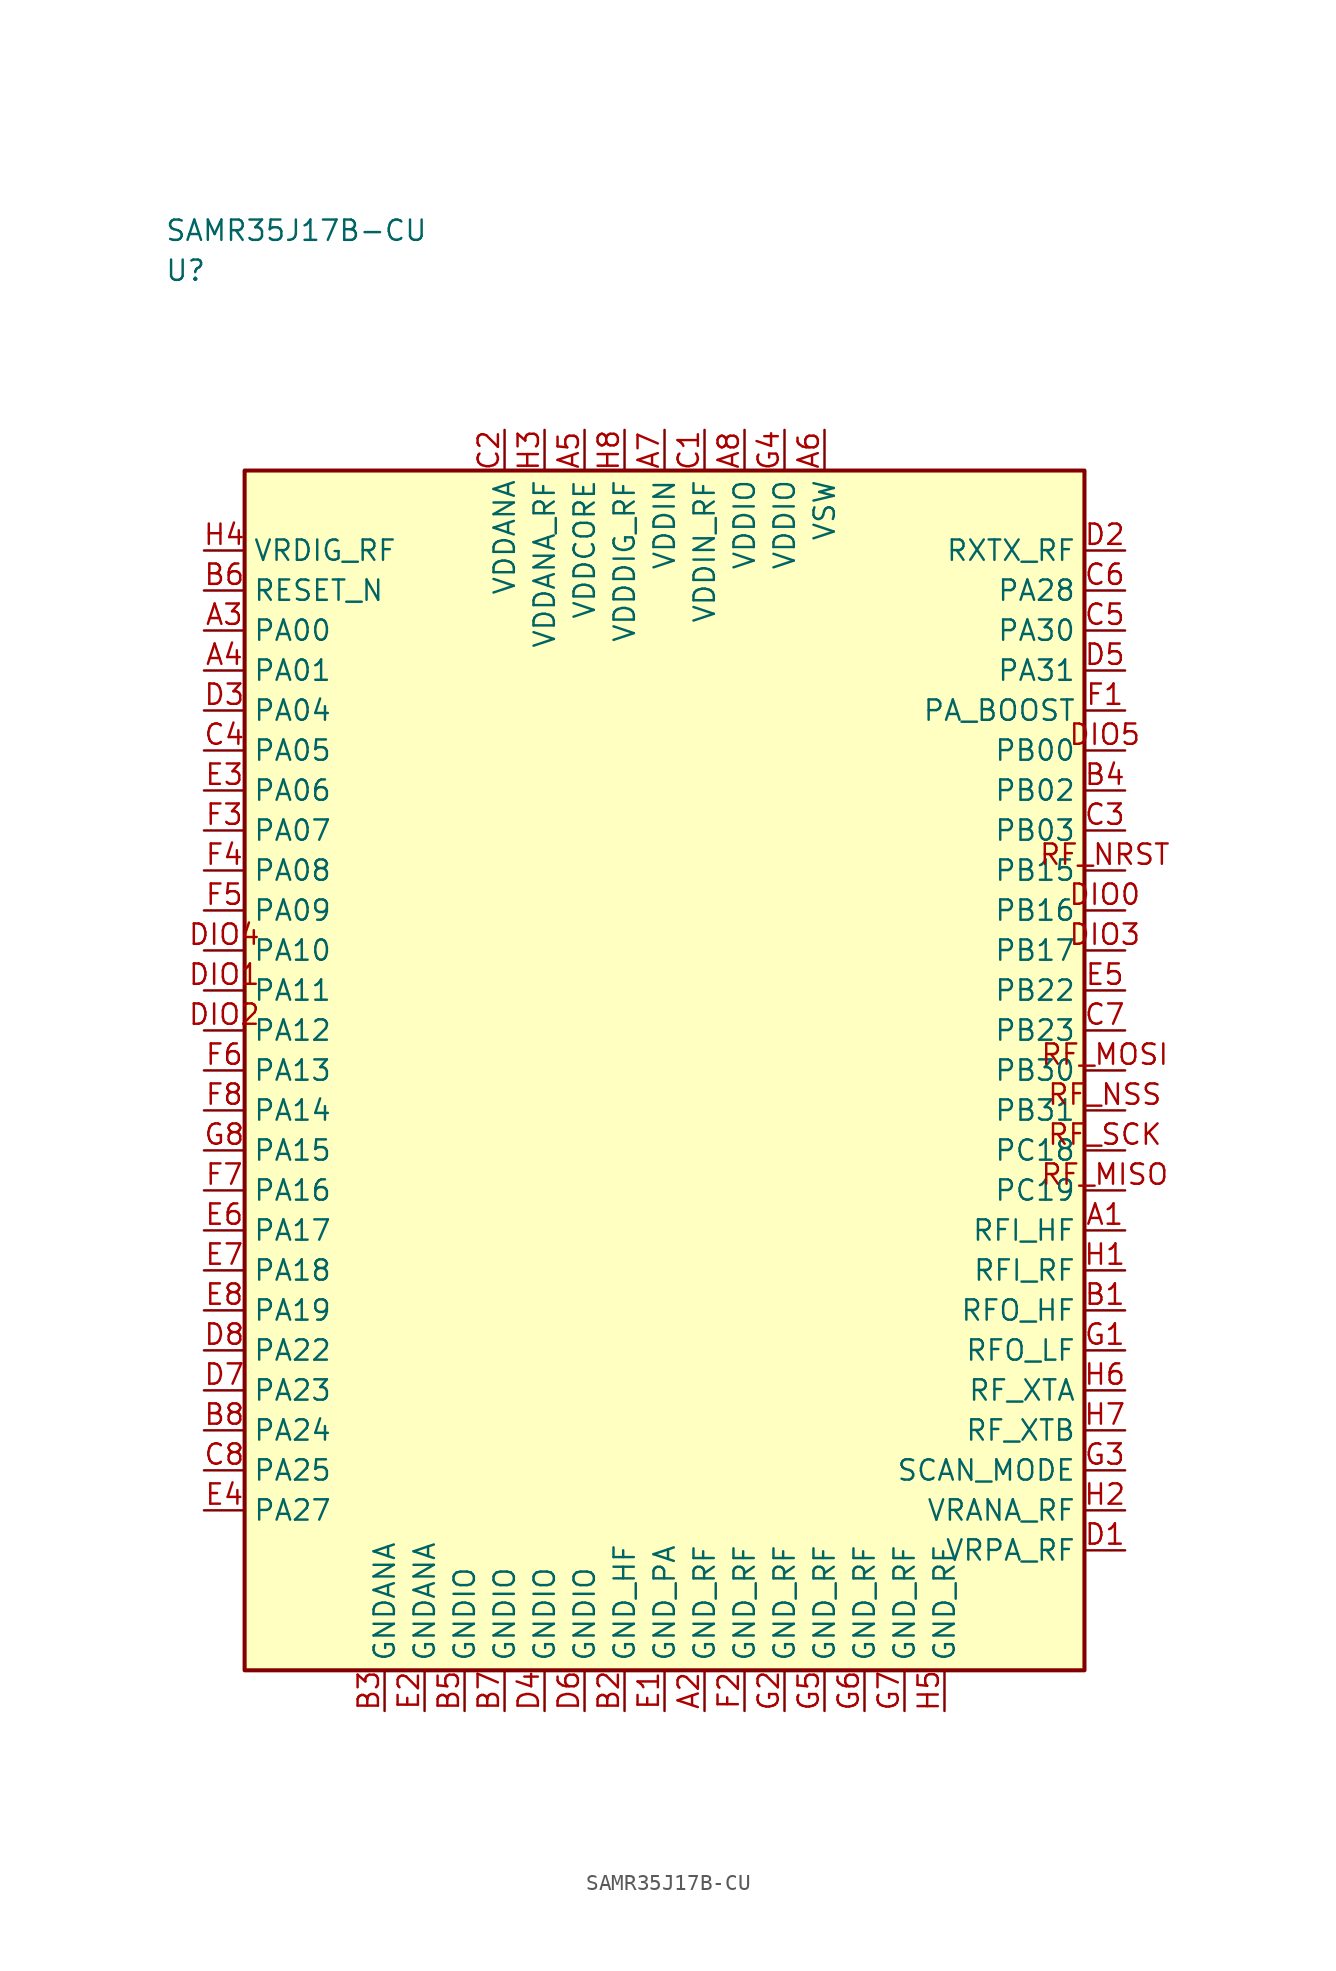
<source format=kicad_sym>
(kicad_symbol_lib
  (version 20241025)
  (generator "kicad_symbol_editor")
  (generator_version "8.0")
  (symbol "SAMR35J17B-CU"
    (property "Reference" "U"
      (at -31.25 50.0 0)
      (effects (font (size 1.27 1.27)) (justify left)))
    (property "Value" "SAMR35J17B-CU"
      (at -31.25 52.5 0)
      (effects (font (size 1.27 1.27)) (justify left)))
    (symbol "SAMR35J17B-CU_0_1"
      (rectangle (start -26.25 37.5) (end 26.25 -37.5) (stroke (width 0.254) (type default)) (fill (type background))))
    (symbol "SAMR35J17B-CU_1_1"
      (pin bidirectional line (at 28.79 10.0 180.0) (length 2.54) (name "PB16" (effects (font (size 1.27 1.27)))) (number "DIO0" (effects (font (size 1.27 1.27)))))
      (pin bidirectional line (at -28.79 5.0 0.0) (length 2.54) (name "PA11" (effects (font (size 1.27 1.27)))) (number "DIO1" (effects (font (size 1.27 1.27)))))
      (pin bidirectional line (at -28.79 2.5 0.0) (length 2.54) (name "PA12" (effects (font (size 1.27 1.27)))) (number "DIO2" (effects (font (size 1.27 1.27)))))
      (pin bidirectional line (at 28.79 7.5 180.0) (length 2.54) (name "PB17" (effects (font (size 1.27 1.27)))) (number "DIO3" (effects (font (size 1.27 1.27)))))
      (pin bidirectional line (at -28.79 7.5 0.0) (length 2.54) (name "PA10" (effects (font (size 1.27 1.27)))) (number "DIO4" (effects (font (size 1.27 1.27)))))
      (pin bidirectional line (at 28.79 20.0 180.0) (length 2.54) (name "PB00" (effects (font (size 1.27 1.27)))) (number "DIO5" (effects (font (size 1.27 1.27)))))
      (pin bidirectional line (at 28.79 -7.5 180.0) (length 2.54) (name "PC19" (effects (font (size 1.27 1.27)))) (number "RF_MISO" (effects (font (size 1.27 1.27)))))
      (pin bidirectional line (at 28.79 0.0 180.0) (length 2.54) (name "PB30" (effects (font (size 1.27 1.27)))) (number "RF_MOSI" (effects (font (size 1.27 1.27)))))
      (pin bidirectional line (at 28.79 12.5 180.0) (length 2.54) (name "PB15" (effects (font (size 1.27 1.27)))) (number "RF_NRST" (effects (font (size 1.27 1.27)))))
      (pin bidirectional line (at 28.79 -2.5 180.0) (length 2.54) (name "PB31" (effects (font (size 1.27 1.27)))) (number "RF_NSS" (effects (font (size 1.27 1.27)))))
      (pin bidirectional line (at 28.79 -5.0 180.0) (length 2.54) (name "PC18" (effects (font (size 1.27 1.27)))) (number "RF_SCK" (effects (font (size 1.27 1.27)))))
      (pin bidirectional line (at 28.79 -10.0 180.0) (length 2.54) (name "RFI_HF" (effects (font (size 1.27 1.27)))) (number "A1" (effects (font (size 1.27 1.27)))))
      (pin passive line (at 2.5 -40.04 90.0) (length 2.54) (name "GND_RF" (effects (font (size 1.27 1.27)))) (number "A2" (effects (font (size 1.27 1.27)))))
      (pin bidirectional line (at -28.79 27.5 0.0) (length 2.54) (name "PA00" (effects (font (size 1.27 1.27)))) (number "A3" (effects (font (size 1.27 1.27)))))
      (pin bidirectional line (at -28.79 25.0 0.0) (length 2.54) (name "PA01" (effects (font (size 1.27 1.27)))) (number "A4" (effects (font (size 1.27 1.27)))))
      (pin power_in line (at -5.0 40.04 270.0) (length 2.54) (name "VDDCORE" (effects (font (size 1.27 1.27)))) (number "A5" (effects (font (size 1.27 1.27)))))
      (pin power_in line (at 10.0 40.04 270.0) (length 2.54) (name "VSW" (effects (font (size 1.27 1.27)))) (number "A6" (effects (font (size 1.27 1.27)))))
      (pin power_in line (at 0.0 40.04 270.0) (length 2.54) (name "VDDIN" (effects (font (size 1.27 1.27)))) (number "A7" (effects (font (size 1.27 1.27)))))
      (pin power_in line (at 5.0 40.04 270.0) (length 2.54) (name "VDDIO" (effects (font (size 1.27 1.27)))) (number "A8" (effects (font (size 1.27 1.27)))))
      (pin bidirectional line (at 28.79 -15.0 180.0) (length 2.54) (name "RFO_HF" (effects (font (size 1.27 1.27)))) (number "B1" (effects (font (size 1.27 1.27)))))
      (pin passive line (at -2.5 -40.04 90.0) (length 2.54) (name "GND_HF" (effects (font (size 1.27 1.27)))) (number "B2" (effects (font (size 1.27 1.27)))))
      (pin passive line (at -17.5 -40.04 90.0) (length 2.54) (name "GNDANA" (effects (font (size 1.27 1.27)))) (number "B3" (effects (font (size 1.27 1.27)))))
      (pin bidirectional line (at 28.79 17.5 180.0) (length 2.54) (name "PB02" (effects (font (size 1.27 1.27)))) (number "B4" (effects (font (size 1.27 1.27)))))
      (pin passive line (at -12.5 -40.04 90.0) (length 2.54) (name "GNDIO" (effects (font (size 1.27 1.27)))) (number "B5" (effects (font (size 1.27 1.27)))))
      (pin input line (at -28.79 30.0 0.0) (length 2.54) (name "RESET_N" (effects (font (size 1.27 1.27)))) (number "B6" (effects (font (size 1.27 1.27)))))
      (pin passive line (at -10.0 -40.04 90.0) (length 2.54) (name "GNDIO" (effects (font (size 1.27 1.27)))) (number "B7" (effects (font (size 1.27 1.27)))))
      (pin bidirectional line (at -28.79 -22.5 0.0) (length 2.54) (name "PA24" (effects (font (size 1.27 1.27)))) (number "B8" (effects (font (size 1.27 1.27)))))
      (pin power_in line (at 2.5 40.04 270.0) (length 2.54) (name "VDDIN_RF" (effects (font (size 1.27 1.27)))) (number "C1" (effects (font (size 1.27 1.27)))))
      (pin power_in line (at -10.0 40.04 270.0) (length 2.54) (name "VDDANA" (effects (font (size 1.27 1.27)))) (number "C2" (effects (font (size 1.27 1.27)))))
      (pin bidirectional line (at 28.79 15.0 180.0) (length 2.54) (name "PB03" (effects (font (size 1.27 1.27)))) (number "C3" (effects (font (size 1.27 1.27)))))
      (pin bidirectional line (at -28.79 20.0 0.0) (length 2.54) (name "PA05" (effects (font (size 1.27 1.27)))) (number "C4" (effects (font (size 1.27 1.27)))))
      (pin bidirectional line (at 28.79 27.5 180.0) (length 2.54) (name "PA30" (effects (font (size 1.27 1.27)))) (number "C5" (effects (font (size 1.27 1.27)))))
      (pin bidirectional line (at 28.79 30.0 180.0) (length 2.54) (name "PA28" (effects (font (size 1.27 1.27)))) (number "C6" (effects (font (size 1.27 1.27)))))
      (pin bidirectional line (at 28.79 2.5 180.0) (length 2.54) (name "PB23" (effects (font (size 1.27 1.27)))) (number "C7" (effects (font (size 1.27 1.27)))))
      (pin bidirectional line (at -28.79 -25.0 0.0) (length 2.54) (name "PA25" (effects (font (size 1.27 1.27)))) (number "C8" (effects (font (size 1.27 1.27)))))
      (pin bidirectional line (at 28.79 -30.0 180.0) (length 2.54) (name "VRPA_RF" (effects (font (size 1.27 1.27)))) (number "D1" (effects (font (size 1.27 1.27)))))
      (pin output line (at 28.79 32.5 180.0) (length 2.54) (name "RXTX_RF" (effects (font (size 1.27 1.27)))) (number "D2" (effects (font (size 1.27 1.27)))))
      (pin bidirectional line (at -28.79 22.5 0.0) (length 2.54) (name "PA04" (effects (font (size 1.27 1.27)))) (number "D3" (effects (font (size 1.27 1.27)))))
      (pin passive line (at -7.5 -40.04 90.0) (length 2.54) (name "GNDIO" (effects (font (size 1.27 1.27)))) (number "D4" (effects (font (size 1.27 1.27)))))
      (pin bidirectional line (at 28.79 25.0 180.0) (length 2.54) (name "PA31" (effects (font (size 1.27 1.27)))) (number "D5" (effects (font (size 1.27 1.27)))))
      (pin passive line (at -5.0 -40.04 90.0) (length 2.54) (name "GNDIO" (effects (font (size 1.27 1.27)))) (number "D6" (effects (font (size 1.27 1.27)))))
      (pin bidirectional line (at -28.79 -20.0 0.0) (length 2.54) (name "PA23" (effects (font (size 1.27 1.27)))) (number "D7" (effects (font (size 1.27 1.27)))))
      (pin bidirectional line (at -28.79 -17.5 0.0) (length 2.54) (name "PA22" (effects (font (size 1.27 1.27)))) (number "D8" (effects (font (size 1.27 1.27)))))
      (pin passive line (at 0.0 -40.04 90.0) (length 2.54) (name "GND_PA" (effects (font (size 1.27 1.27)))) (number "E1" (effects (font (size 1.27 1.27)))))
      (pin passive line (at -15.0 -40.04 90.0) (length 2.54) (name "GNDANA" (effects (font (size 1.27 1.27)))) (number "E2" (effects (font (size 1.27 1.27)))))
      (pin bidirectional line (at -28.79 17.5 0.0) (length 2.54) (name "PA06" (effects (font (size 1.27 1.27)))) (number "E3" (effects (font (size 1.27 1.27)))))
      (pin bidirectional line (at -28.79 -27.5 0.0) (length 2.54) (name "PA27" (effects (font (size 1.27 1.27)))) (number "E4" (effects (font (size 1.27 1.27)))))
      (pin bidirectional line (at 28.79 5.0 180.0) (length 2.54) (name "PB22" (effects (font (size 1.27 1.27)))) (number "E5" (effects (font (size 1.27 1.27)))))
      (pin bidirectional line (at -28.79 -10.0 0.0) (length 2.54) (name "PA17" (effects (font (size 1.27 1.27)))) (number "E6" (effects (font (size 1.27 1.27)))))
      (pin bidirectional line (at -28.79 -12.5 0.0) (length 2.54) (name "PA18" (effects (font (size 1.27 1.27)))) (number "E7" (effects (font (size 1.27 1.27)))))
      (pin bidirectional line (at -28.79 -15.0 0.0) (length 2.54) (name "PA19" (effects (font (size 1.27 1.27)))) (number "E8" (effects (font (size 1.27 1.27)))))
      (pin bidirectional line (at 28.79 22.5 180.0) (length 2.54) (name "PA_BOOST" (effects (font (size 1.27 1.27)))) (number "F1" (effects (font (size 1.27 1.27)))))
      (pin passive line (at 5.0 -40.04 90.0) (length 2.54) (name "GND_RF" (effects (font (size 1.27 1.27)))) (number "F2" (effects (font (size 1.27 1.27)))))
      (pin bidirectional line (at -28.79 15.0 0.0) (length 2.54) (name "PA07" (effects (font (size 1.27 1.27)))) (number "F3" (effects (font (size 1.27 1.27)))))
      (pin bidirectional line (at -28.79 12.5 0.0) (length 2.54) (name "PA08" (effects (font (size 1.27 1.27)))) (number "F4" (effects (font (size 1.27 1.27)))))
      (pin bidirectional line (at -28.79 10.0 0.0) (length 2.54) (name "PA09" (effects (font (size 1.27 1.27)))) (number "F5" (effects (font (size 1.27 1.27)))))
      (pin bidirectional line (at -28.79 0.0 0.0) (length 2.54) (name "PA13" (effects (font (size 1.27 1.27)))) (number "F6" (effects (font (size 1.27 1.27)))))
      (pin bidirectional line (at -28.79 -7.5 0.0) (length 2.54) (name "PA16" (effects (font (size 1.27 1.27)))) (number "F7" (effects (font (size 1.27 1.27)))))
      (pin bidirectional line (at -28.79 -2.5 0.0) (length 2.54) (name "PA14" (effects (font (size 1.27 1.27)))) (number "F8" (effects (font (size 1.27 1.27)))))
      (pin bidirectional line (at 28.79 -17.5 180.0) (length 2.54) (name "RFO_LF" (effects (font (size 1.27 1.27)))) (number "G1" (effects (font (size 1.27 1.27)))))
      (pin passive line (at 7.5 -40.04 90.0) (length 2.54) (name "GND_RF" (effects (font (size 1.27 1.27)))) (number "G2" (effects (font (size 1.27 1.27)))))
      (pin bidirectional line (at 28.79 -25.0 180.0) (length 2.54) (name "SCAN_MODE" (effects (font (size 1.27 1.27)))) (number "G3" (effects (font (size 1.27 1.27)))))
      (pin power_in line (at 7.5 40.04 270.0) (length 2.54) (name "VDDIO" (effects (font (size 1.27 1.27)))) (number "G4" (effects (font (size 1.27 1.27)))))
      (pin passive line (at 10.0 -40.04 90.0) (length 2.54) (name "GND_RF" (effects (font (size 1.27 1.27)))) (number "G5" (effects (font (size 1.27 1.27)))))
      (pin passive line (at 12.5 -40.04 90.0) (length 2.54) (name "GND_RF" (effects (font (size 1.27 1.27)))) (number "G6" (effects (font (size 1.27 1.27)))))
      (pin passive line (at 15.0 -40.04 90.0) (length 2.54) (name "GND_RF" (effects (font (size 1.27 1.27)))) (number "G7" (effects (font (size 1.27 1.27)))))
      (pin bidirectional line (at -28.79 -5.0 0.0) (length 2.54) (name "PA15" (effects (font (size 1.27 1.27)))) (number "G8" (effects (font (size 1.27 1.27)))))
      (pin bidirectional line (at 28.79 -12.5 180.0) (length 2.54) (name "RFI_RF" (effects (font (size 1.27 1.27)))) (number "H1" (effects (font (size 1.27 1.27)))))
      (pin bidirectional line (at 28.79 -27.5 180.0) (length 2.54) (name "VRANA_RF" (effects (font (size 1.27 1.27)))) (number "H2" (effects (font (size 1.27 1.27)))))
      (pin power_in line (at -7.5 40.04 270.0) (length 2.54) (name "VDDANA_RF" (effects (font (size 1.27 1.27)))) (number "H3" (effects (font (size 1.27 1.27)))))
      (pin input line (at -28.79 32.5 0.0) (length 2.54) (name "VRDIG_RF" (effects (font (size 1.27 1.27)))) (number "H4" (effects (font (size 1.27 1.27)))))
      (pin passive line (at 17.5 -40.04 90.0) (length 2.54) (name "GND_RF" (effects (font (size 1.27 1.27)))) (number "H5" (effects (font (size 1.27 1.27)))))
      (pin bidirectional line (at 28.79 -20.0 180.0) (length 2.54) (name "RF_XTA" (effects (font (size 1.27 1.27)))) (number "H6" (effects (font (size 1.27 1.27)))))
      (pin bidirectional line (at 28.79 -22.5 180.0) (length 2.54) (name "RF_XTB" (effects (font (size 1.27 1.27)))) (number "H7" (effects (font (size 1.27 1.27)))))
      (pin power_in line (at -2.5 40.04 270.0) (length 2.54) (name "VDDDIG_RF" (effects (font (size 1.27 1.27)))) (number "H8" (effects (font (size 1.27 1.27))))))))
</source>
